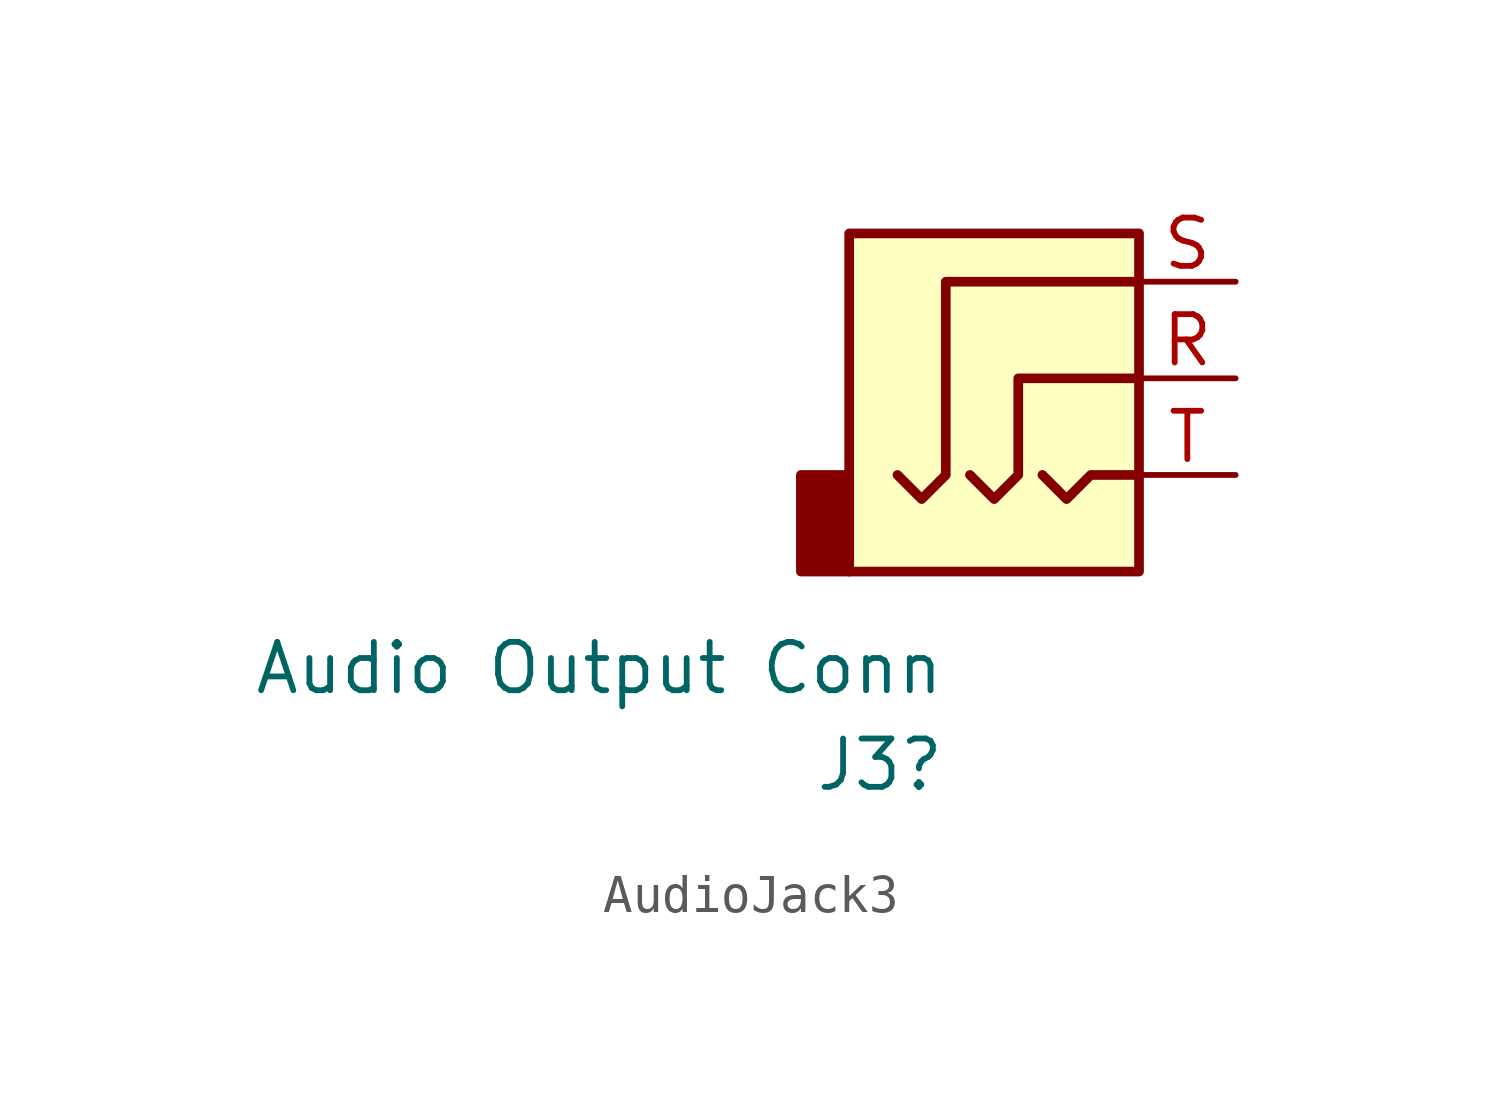
<source format=kicad_sym>
(kicad_symbol_lib
  (version 20220914)
  (generator kicad_symbol_editor)
  (symbol "AudioJack3"
    (property "Reference" "J3"
      (at -2.54 -10.16 0)
      (effects (font (size 1.27 1.27)) (justify right)))
    (property "Value" "Audio Output Conn"
      (at -2.54 -7.62 0)
      (effects (font (size 1.27 1.27)) (justify right)))
    (symbol "AudioJack3_0_1"
      (rectangle (start -5.08 -5.08) (end -6.35 -2.54) (stroke (width 0.254) (type default)) (fill (type outline)))
      (polyline (pts (xy 0 -2.54) (xy 0.635 -3.175) (xy 1.27 -2.54) (xy 2.54 -2.54)) (stroke (width 0.254) (type default)) (fill (type none)))
      (polyline (pts (xy -1.905 -2.54) (xy -1.27 -3.175) (xy -0.635 -2.54) (xy -0.635 0) (xy 2.54 0)) (stroke (width 0.254) (type default)) (fill (type none)))
      (polyline (pts (xy 2.54 2.54) (xy -2.54 2.54) (xy -2.54 -2.54) (xy -3.175 -3.175) (xy -3.81 -2.54)) (stroke (width 0.254) (type default)) (fill (type none)))
      (rectangle (start 2.54 3.81) (end -5.08 -5.08) (stroke (width 0.254) (type default)) (fill (type background))))
    (symbol "AudioJack3_1_1"
      (pin passive line (at 5.08 0 180) (length 2.54) (name "~" (effects (font (size 1.27 1.27)))) (number "R" (effects (font (size 1.27 1.27)))))
      (pin passive line (at 5.08 2.54 180) (length 2.54) (name "~" (effects (font (size 1.27 1.27)))) (number "S" (effects (font (size 1.27 1.27)))))
      (pin passive line (at 5.08 -2.54 180) (length 2.54) (name "~" (effects (font (size 1.27 1.27)))) (number "T" (effects (font (size 1.27 1.27))))))))
</source>
